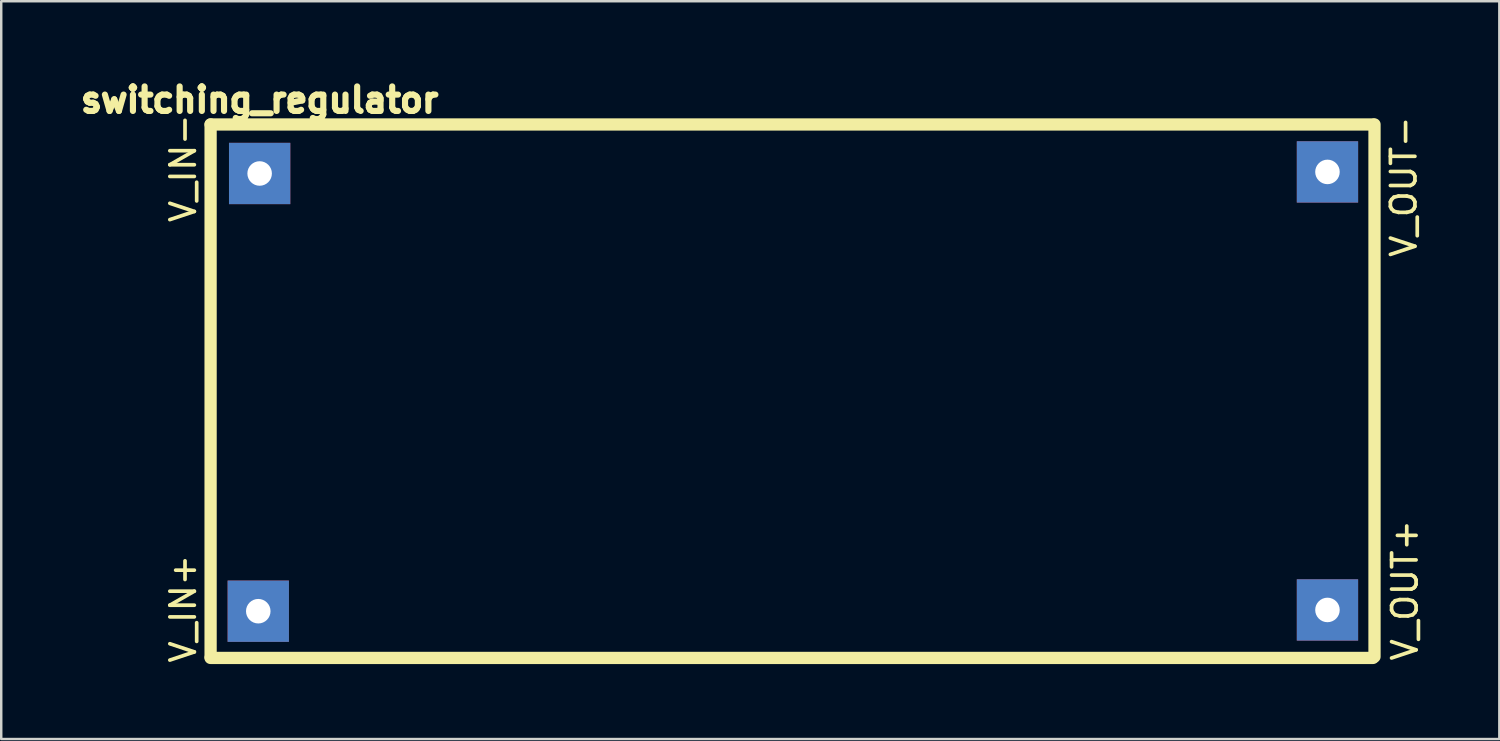
<source format=kicad_pcb>
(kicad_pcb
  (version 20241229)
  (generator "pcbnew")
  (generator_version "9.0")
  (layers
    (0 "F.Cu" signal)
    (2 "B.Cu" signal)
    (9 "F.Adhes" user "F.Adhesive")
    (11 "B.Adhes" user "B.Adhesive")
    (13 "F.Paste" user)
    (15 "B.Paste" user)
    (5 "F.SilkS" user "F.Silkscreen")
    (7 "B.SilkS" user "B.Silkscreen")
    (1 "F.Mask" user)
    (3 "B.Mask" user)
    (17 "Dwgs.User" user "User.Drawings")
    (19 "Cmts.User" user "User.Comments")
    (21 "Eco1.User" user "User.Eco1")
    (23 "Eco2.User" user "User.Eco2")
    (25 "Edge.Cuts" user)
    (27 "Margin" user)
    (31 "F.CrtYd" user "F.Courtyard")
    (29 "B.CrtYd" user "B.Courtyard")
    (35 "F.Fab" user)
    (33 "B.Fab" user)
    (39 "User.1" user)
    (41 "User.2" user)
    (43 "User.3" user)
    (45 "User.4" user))
  (footprint "switching_regulator"
    (layer "F.Cu")
    (at 7.537 22.024)
    (property "Reference" "switching_regulator" (at 0 -21 0) (layer "F.SilkS") (effects (font (size 1 1) (thickness 0.25))))
    (attr through_hole)
    (fp_line (start -2.003 1.753) (end 45.397 1.753) (stroke (width 0.5) (type solid)) (layer "F.SilkS"))
    (fp_line (start -2 -20) (end -2 1.709) (stroke (width 0.5) (type solid)) (layer "F.SilkS"))
    (fp_line (start 45.4 -20) (end -2 -20) (stroke (width 0.5) (type solid)) (layer "F.SilkS"))
    (fp_line (start 45.459 1.702) (end 45.459 -20) (stroke (width 0.5) (type solid)) (layer "F.SilkS"))
    (fp_text user "V_IN+" (at -3.117 -0.254 90) (layer "F.SilkS") (effects (font (size 1 1) (thickness 0.15))))
    (fp_text user "V_IN-" (at -3.117 -18.214 270) (layer "F.SilkS") (effects (font (size 1 1) (thickness 0.15))))
    (fp_text user "V_OUT-" (at 46.652 -17.462 90) (layer "F.SilkS") (effects (font (size 1 1) (thickness 0.15))))
    (fp_text user "V_OUT+" (at 46.7 -1.006 90) (layer "F.SilkS") (effects (font (size 1 1) (thickness 0.15))))
    (pad "1" thru_hole rect (at 43.541 -0.203) (size 2.5 2.5) (drill 1) (layers "*.Cu" "*.Mask"))
    (pad "2" thru_hole rect (at 43.541 -18.064) (size 2.5 2.5) (drill 1) (layers "*.Cu" "*.Mask"))
    (pad "3" thru_hole rect (at -0.056 -0.152) (size 2.5 2.5) (drill 1) (layers "*.Cu" "*.Mask"))
    (pad "4" thru_hole rect (at 0 -18) (size 2.5 2.5) (drill 1) (layers "*.Cu" "*.Mask")))
  (gr_rect
    (start -3 -3)
    (end 58.086 27.085)
    (stroke (width 0.1) (type default))
    (fill no)
    (layer "Edge.Cuts")))
</source>
